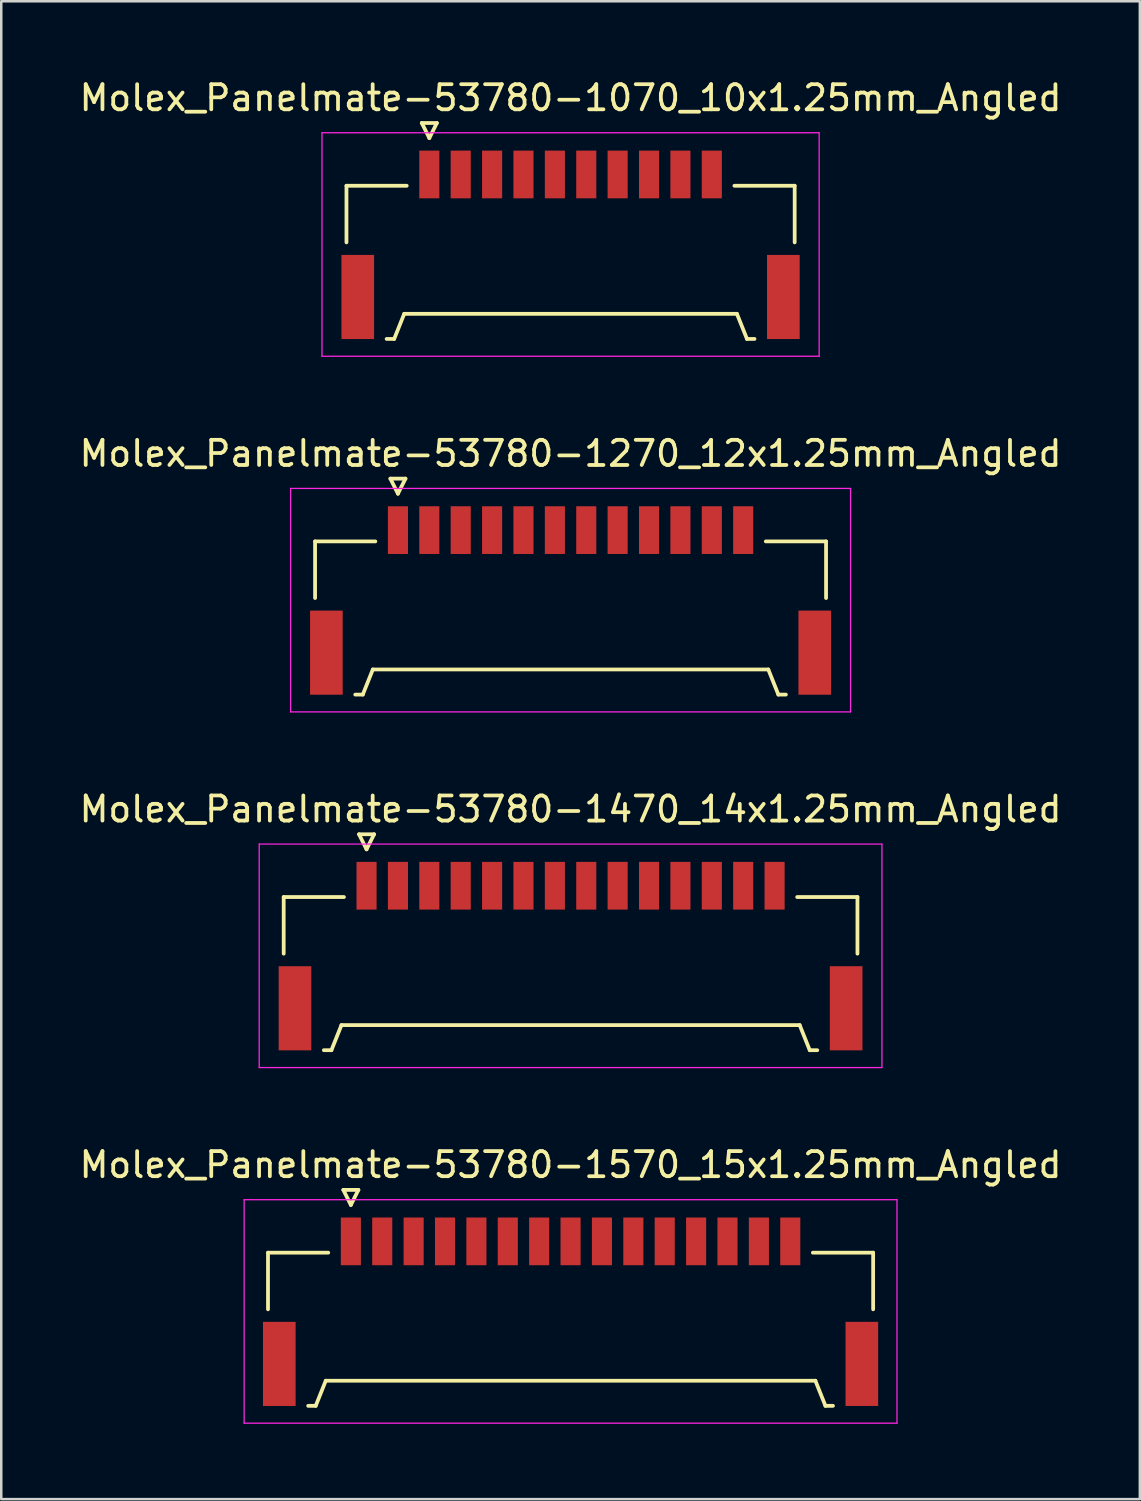
<source format=kicad_pcb>
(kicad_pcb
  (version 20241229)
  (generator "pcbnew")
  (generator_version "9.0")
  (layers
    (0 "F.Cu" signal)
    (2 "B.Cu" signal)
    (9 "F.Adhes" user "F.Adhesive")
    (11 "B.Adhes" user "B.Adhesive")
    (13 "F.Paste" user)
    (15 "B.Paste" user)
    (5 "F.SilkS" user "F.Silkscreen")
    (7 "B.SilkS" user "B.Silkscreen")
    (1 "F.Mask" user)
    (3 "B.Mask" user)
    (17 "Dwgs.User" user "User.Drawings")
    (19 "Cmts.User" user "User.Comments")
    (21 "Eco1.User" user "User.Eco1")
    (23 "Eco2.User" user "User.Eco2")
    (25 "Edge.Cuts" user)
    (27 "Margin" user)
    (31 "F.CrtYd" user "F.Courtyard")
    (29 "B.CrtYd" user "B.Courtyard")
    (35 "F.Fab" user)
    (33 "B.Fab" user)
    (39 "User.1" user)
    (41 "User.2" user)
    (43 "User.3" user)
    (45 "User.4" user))
  (footprint "Molex_Panelmate-53780-1570_15x1.25mm_Angled"
    (layer "F.Cu")
    (at 19.673 48.828)
    (property "Reference" "Molex_Panelmate-53780-1570_15x1.25mm_Angled" (at 0 -5.49 0) (layer "F.SilkS") (effects (font (size 1 1) (thickness 0.15))))
    (attr smd)
    (fp_line (start -12.05 -1.99) (end -12.05 0.265) (stroke (width 0.15) (type solid)) (layer "F.SilkS"))
    (fp_line (start -10.45 4.11) (end -10.15 4.11) (stroke (width 0.15) (type solid)) (layer "F.SilkS"))
    (fp_line (start -10.15 4.11) (end -9.75 3.11) (stroke (width 0.15) (type solid)) (layer "F.SilkS"))
    (fp_line (start -9.75 3.11) (end 9.75 3.11) (stroke (width 0.15) (type solid)) (layer "F.SilkS"))
    (fp_line (start -9.65 -1.99) (end -12.05 -1.99) (stroke (width 0.15) (type solid)) (layer "F.SilkS"))
    (fp_line (start -9.05 -4.49) (end -8.75 -3.89) (stroke (width 0.15) (type solid)) (layer "F.SilkS"))
    (fp_line (start -8.75 -3.89) (end -8.45 -4.49) (stroke (width 0.15) (type solid)) (layer "F.SilkS"))
    (fp_line (start -8.45 -4.49) (end -9.05 -4.49) (stroke (width 0.15) (type solid)) (layer "F.SilkS"))
    (fp_line (start 9.65 -1.99) (end 12.05 -1.99) (stroke (width 0.15) (type solid)) (layer "F.SilkS"))
    (fp_line (start 9.75 3.11) (end 10.15 4.11) (stroke (width 0.15) (type solid)) (layer "F.SilkS"))
    (fp_line (start 10.15 4.11) (end 10.45 4.11) (stroke (width 0.15) (type solid)) (layer "F.SilkS"))
    (fp_line (start 12.05 -1.99) (end 12.05 0.265) (stroke (width 0.15) (type solid)) (layer "F.SilkS"))
    (fp_line (start -13 -4.1) (end -13 4.8) (stroke (width 0.05) (type solid)) (layer "F.CrtYd"))
    (fp_line (start -13 4.8) (end 13 4.8) (stroke (width 0.05) (type solid)) (layer "F.CrtYd"))
    (fp_line (start 13 -4.1) (end -13 -4.1) (stroke (width 0.05) (type solid)) (layer "F.CrtYd"))
    (fp_line (start 13 4.8) (end 13 -4.1) (stroke (width 0.05) (type solid)) (layer "F.CrtYd"))
    (pad "" smd rect (at -11.6 2.44) (size 1.3 3.35) (layers "F.Cu" "F.Mask" "F.Paste"))
    (pad "" smd rect (at 11.6 2.44) (size 1.3 3.35) (layers "F.Cu" "F.Mask" "F.Paste"))
    (pad "1" smd rect (at -8.75 -2.44) (size 0.8 1.9) (layers "F.Cu" "F.Mask" "F.Paste"))
    (pad "2" smd rect (at -7.5 -2.44) (size 0.8 1.9) (layers "F.Cu" "F.Mask" "F.Paste"))
    (pad "3" smd rect (at -6.25 -2.44) (size 0.8 1.9) (layers "F.Cu" "F.Mask" "F.Paste"))
    (pad "4" smd rect (at -5 -2.44) (size 0.8 1.9) (layers "F.Cu" "F.Mask" "F.Paste"))
    (pad "5" smd rect (at -3.75 -2.44) (size 0.8 1.9) (layers "F.Cu" "F.Mask" "F.Paste"))
    (pad "6" smd rect (at -2.5 -2.44) (size 0.8 1.9) (layers "F.Cu" "F.Mask" "F.Paste"))
    (pad "7" smd rect (at -1.25 -2.44) (size 0.8 1.9) (layers "F.Cu" "F.Mask" "F.Paste"))
    (pad "8" smd rect (at 0 -2.44) (size 0.8 1.9) (layers "F.Cu" "F.Mask" "F.Paste"))
    (pad "9" smd rect (at 1.25 -2.44) (size 0.8 1.9) (layers "F.Cu" "F.Mask" "F.Paste"))
    (pad "10" smd rect (at 2.5 -2.44) (size 0.8 1.9) (layers "F.Cu" "F.Mask" "F.Paste"))
    (pad "11" smd rect (at 3.75 -2.44) (size 0.8 1.9) (layers "F.Cu" "F.Mask" "F.Paste"))
    (pad "12" smd rect (at 5 -2.44) (size 0.8 1.9) (layers "F.Cu" "F.Mask" "F.Paste"))
    (pad "13" smd rect (at 6.25 -2.44) (size 0.8 1.9) (layers "F.Cu" "F.Mask" "F.Paste"))
    (pad "14" smd rect (at 7.5 -2.44) (size 0.8 1.9) (layers "F.Cu" "F.Mask" "F.Paste"))
    (pad "15" smd rect (at 8.75 -2.44) (size 0.8 1.9) (layers "F.Cu" "F.Mask" "F.Paste")))
  (footprint "Molex_Panelmate-53780-1270_12x1.25mm_Angled"
    (layer "F.Cu")
    (at 19.673 20.502)
    (property "Reference" "Molex_Panelmate-53780-1270_12x1.25mm_Angled" (at 0 -5.49 0) (layer "F.SilkS") (effects (font (size 1 1) (thickness 0.15))))
    (attr smd)
    (fp_line (start -10.175 -1.99) (end -10.175 0.265) (stroke (width 0.15) (type solid)) (layer "F.SilkS"))
    (fp_line (start -8.575 4.11) (end -8.275 4.11) (stroke (width 0.15) (type solid)) (layer "F.SilkS"))
    (fp_line (start -8.275 4.11) (end -7.875 3.11) (stroke (width 0.15) (type solid)) (layer "F.SilkS"))
    (fp_line (start -7.875 3.11) (end 7.875 3.11) (stroke (width 0.15) (type solid)) (layer "F.SilkS"))
    (fp_line (start -7.775 -1.99) (end -10.175 -1.99) (stroke (width 0.15) (type solid)) (layer "F.SilkS"))
    (fp_line (start -7.175 -4.49) (end -6.875 -3.89) (stroke (width 0.15) (type solid)) (layer "F.SilkS"))
    (fp_line (start -6.875 -3.89) (end -6.575 -4.49) (stroke (width 0.15) (type solid)) (layer "F.SilkS"))
    (fp_line (start -6.575 -4.49) (end -7.175 -4.49) (stroke (width 0.15) (type solid)) (layer "F.SilkS"))
    (fp_line (start 7.775 -1.99) (end 10.175 -1.99) (stroke (width 0.15) (type solid)) (layer "F.SilkS"))
    (fp_line (start 7.875 3.11) (end 8.275 4.11) (stroke (width 0.15) (type solid)) (layer "F.SilkS"))
    (fp_line (start 8.275 4.11) (end 8.575 4.11) (stroke (width 0.15) (type solid)) (layer "F.SilkS"))
    (fp_line (start 10.175 -1.99) (end 10.175 0.265) (stroke (width 0.15) (type solid)) (layer "F.SilkS"))
    (fp_line (start -11.15 -4.1) (end -11.15 4.8) (stroke (width 0.05) (type solid)) (layer "F.CrtYd"))
    (fp_line (start -11.15 4.8) (end 11.15 4.8) (stroke (width 0.05) (type solid)) (layer "F.CrtYd"))
    (fp_line (start 11.15 -4.1) (end -11.15 -4.1) (stroke (width 0.05) (type solid)) (layer "F.CrtYd"))
    (fp_line (start 11.15 4.8) (end 11.15 -4.1) (stroke (width 0.05) (type solid)) (layer "F.CrtYd"))
    (pad "" smd rect (at -9.725 2.44) (size 1.3 3.35) (layers "F.Cu" "F.Mask" "F.Paste"))
    (pad "" smd rect (at 9.725 2.44) (size 1.3 3.35) (layers "F.Cu" "F.Mask" "F.Paste"))
    (pad "1" smd rect (at -6.875 -2.44) (size 0.8 1.9) (layers "F.Cu" "F.Mask" "F.Paste"))
    (pad "2" smd rect (at -5.625 -2.44) (size 0.8 1.9) (layers "F.Cu" "F.Mask" "F.Paste"))
    (pad "3" smd rect (at -4.375 -2.44) (size 0.8 1.9) (layers "F.Cu" "F.Mask" "F.Paste"))
    (pad "4" smd rect (at -3.125 -2.44) (size 0.8 1.9) (layers "F.Cu" "F.Mask" "F.Paste"))
    (pad "5" smd rect (at -1.875 -2.44) (size 0.8 1.9) (layers "F.Cu" "F.Mask" "F.Paste"))
    (pad "6" smd rect (at -0.625 -2.44) (size 0.8 1.9) (layers "F.Cu" "F.Mask" "F.Paste"))
    (pad "7" smd rect (at 0.625 -2.44) (size 0.8 1.9) (layers "F.Cu" "F.Mask" "F.Paste"))
    (pad "8" smd rect (at 1.875 -2.44) (size 0.8 1.9) (layers "F.Cu" "F.Mask" "F.Paste"))
    (pad "9" smd rect (at 3.125 -2.44) (size 0.8 1.9) (layers "F.Cu" "F.Mask" "F.Paste"))
    (pad "10" smd rect (at 4.375 -2.44) (size 0.8 1.9) (layers "F.Cu" "F.Mask" "F.Paste"))
    (pad "11" smd rect (at 5.625 -2.44) (size 0.8 1.9) (layers "F.Cu" "F.Mask" "F.Paste"))
    (pad "12" smd rect (at 6.875 -2.44) (size 0.8 1.9) (layers "F.Cu" "F.Mask" "F.Paste")))
  (footprint "Molex_Panelmate-53780-1070_10x1.25mm_Angled"
    (layer "F.Cu")
    (at 19.673 6.338)
    (property "Reference" "Molex_Panelmate-53780-1070_10x1.25mm_Angled" (at 0 -5.49 0) (layer "F.SilkS") (effects (font (size 1 1) (thickness 0.15))))
    (attr smd)
    (fp_line (start -8.925 -1.99) (end -8.925 0.265) (stroke (width 0.15) (type solid)) (layer "F.SilkS"))
    (fp_line (start -7.325 4.11) (end -7.025 4.11) (stroke (width 0.15) (type solid)) (layer "F.SilkS"))
    (fp_line (start -7.025 4.11) (end -6.625 3.11) (stroke (width 0.15) (type solid)) (layer "F.SilkS"))
    (fp_line (start -6.625 3.11) (end 6.625 3.11) (stroke (width 0.15) (type solid)) (layer "F.SilkS"))
    (fp_line (start -6.525 -1.99) (end -8.925 -1.99) (stroke (width 0.15) (type solid)) (layer "F.SilkS"))
    (fp_line (start -5.925 -4.49) (end -5.625 -3.89) (stroke (width 0.15) (type solid)) (layer "F.SilkS"))
    (fp_line (start -5.625 -3.89) (end -5.325 -4.49) (stroke (width 0.15) (type solid)) (layer "F.SilkS"))
    (fp_line (start -5.325 -4.49) (end -5.925 -4.49) (stroke (width 0.15) (type solid)) (layer "F.SilkS"))
    (fp_line (start 6.525 -1.99) (end 8.925 -1.99) (stroke (width 0.15) (type solid)) (layer "F.SilkS"))
    (fp_line (start 6.625 3.11) (end 7.025 4.11) (stroke (width 0.15) (type solid)) (layer "F.SilkS"))
    (fp_line (start 7.025 4.11) (end 7.325 4.11) (stroke (width 0.15) (type solid)) (layer "F.SilkS"))
    (fp_line (start 8.925 -1.99) (end 8.925 0.265) (stroke (width 0.15) (type solid)) (layer "F.SilkS"))
    (fp_line (start -9.9 -4.1) (end -9.9 4.8) (stroke (width 0.05) (type solid)) (layer "F.CrtYd"))
    (fp_line (start -9.9 4.8) (end 9.9 4.8) (stroke (width 0.05) (type solid)) (layer "F.CrtYd"))
    (fp_line (start 9.9 -4.1) (end -9.9 -4.1) (stroke (width 0.05) (type solid)) (layer "F.CrtYd"))
    (fp_line (start 9.9 4.8) (end 9.9 -4.1) (stroke (width 0.05) (type solid)) (layer "F.CrtYd"))
    (pad "" smd rect (at -8.475 2.44) (size 1.3 3.35) (layers "F.Cu" "F.Mask" "F.Paste"))
    (pad "" smd rect (at 8.475 2.44) (size 1.3 3.35) (layers "F.Cu" "F.Mask" "F.Paste"))
    (pad "1" smd rect (at -5.625 -2.44) (size 0.8 1.9) (layers "F.Cu" "F.Mask" "F.Paste"))
    (pad "2" smd rect (at -4.375 -2.44) (size 0.8 1.9) (layers "F.Cu" "F.Mask" "F.Paste"))
    (pad "3" smd rect (at -3.125 -2.44) (size 0.8 1.9) (layers "F.Cu" "F.Mask" "F.Paste"))
    (pad "4" smd rect (at -1.875 -2.44) (size 0.8 1.9) (layers "F.Cu" "F.Mask" "F.Paste"))
    (pad "5" smd rect (at -0.625 -2.44) (size 0.8 1.9) (layers "F.Cu" "F.Mask" "F.Paste"))
    (pad "6" smd rect (at 0.625 -2.44) (size 0.8 1.9) (layers "F.Cu" "F.Mask" "F.Paste"))
    (pad "7" smd rect (at 1.875 -2.44) (size 0.8 1.9) (layers "F.Cu" "F.Mask" "F.Paste"))
    (pad "8" smd rect (at 3.125 -2.44) (size 0.8 1.9) (layers "F.Cu" "F.Mask" "F.Paste"))
    (pad "9" smd rect (at 4.375 -2.44) (size 0.8 1.9) (layers "F.Cu" "F.Mask" "F.Paste"))
    (pad "10" smd rect (at 5.625 -2.44) (size 0.8 1.9) (layers "F.Cu" "F.Mask" "F.Paste")))
  (footprint "Molex_Panelmate-53780-1470_14x1.25mm_Angled"
    (layer "F.Cu")
    (at 19.673 34.665)
    (property "Reference" "Molex_Panelmate-53780-1470_14x1.25mm_Angled" (at 0 -5.49 0) (layer "F.SilkS") (effects (font (size 1 1) (thickness 0.15))))
    (attr smd)
    (fp_line (start -11.425 -1.99) (end -11.425 0.265) (stroke (width 0.15) (type solid)) (layer "F.SilkS"))
    (fp_line (start -9.825 4.11) (end -9.525 4.11) (stroke (width 0.15) (type solid)) (layer "F.SilkS"))
    (fp_line (start -9.525 4.11) (end -9.125 3.11) (stroke (width 0.15) (type solid)) (layer "F.SilkS"))
    (fp_line (start -9.125 3.11) (end 9.125 3.11) (stroke (width 0.15) (type solid)) (layer "F.SilkS"))
    (fp_line (start -9.025 -1.99) (end -11.425 -1.99) (stroke (width 0.15) (type solid)) (layer "F.SilkS"))
    (fp_line (start -8.425 -4.49) (end -8.125 -3.89) (stroke (width 0.15) (type solid)) (layer "F.SilkS"))
    (fp_line (start -8.125 -3.89) (end -7.825 -4.49) (stroke (width 0.15) (type solid)) (layer "F.SilkS"))
    (fp_line (start -7.825 -4.49) (end -8.425 -4.49) (stroke (width 0.15) (type solid)) (layer "F.SilkS"))
    (fp_line (start 9.025 -1.99) (end 11.425 -1.99) (stroke (width 0.15) (type solid)) (layer "F.SilkS"))
    (fp_line (start 9.125 3.11) (end 9.525 4.11) (stroke (width 0.15) (type solid)) (layer "F.SilkS"))
    (fp_line (start 9.525 4.11) (end 9.825 4.11) (stroke (width 0.15) (type solid)) (layer "F.SilkS"))
    (fp_line (start 11.425 -1.99) (end 11.425 0.265) (stroke (width 0.15) (type solid)) (layer "F.SilkS"))
    (fp_line (start -12.4 -4.1) (end -12.4 4.8) (stroke (width 0.05) (type solid)) (layer "F.CrtYd"))
    (fp_line (start -12.4 4.8) (end 12.4 4.8) (stroke (width 0.05) (type solid)) (layer "F.CrtYd"))
    (fp_line (start 12.4 -4.1) (end -12.4 -4.1) (stroke (width 0.05) (type solid)) (layer "F.CrtYd"))
    (fp_line (start 12.4 4.8) (end 12.4 -4.1) (stroke (width 0.05) (type solid)) (layer "F.CrtYd"))
    (pad "" smd rect (at -10.975 2.44) (size 1.3 3.35) (layers "F.Cu" "F.Mask" "F.Paste"))
    (pad "" smd rect (at 10.975 2.44) (size 1.3 3.35) (layers "F.Cu" "F.Mask" "F.Paste"))
    (pad "1" smd rect (at -8.125 -2.44) (size 0.8 1.9) (layers "F.Cu" "F.Mask" "F.Paste"))
    (pad "2" smd rect (at -6.875 -2.44) (size 0.8 1.9) (layers "F.Cu" "F.Mask" "F.Paste"))
    (pad "3" smd rect (at -5.625 -2.44) (size 0.8 1.9) (layers "F.Cu" "F.Mask" "F.Paste"))
    (pad "4" smd rect (at -4.375 -2.44) (size 0.8 1.9) (layers "F.Cu" "F.Mask" "F.Paste"))
    (pad "5" smd rect (at -3.125 -2.44) (size 0.8 1.9) (layers "F.Cu" "F.Mask" "F.Paste"))
    (pad "6" smd rect (at -1.875 -2.44) (size 0.8 1.9) (layers "F.Cu" "F.Mask" "F.Paste"))
    (pad "7" smd rect (at -0.625 -2.44) (size 0.8 1.9) (layers "F.Cu" "F.Mask" "F.Paste"))
    (pad "8" smd rect (at 0.625 -2.44) (size 0.8 1.9) (layers "F.Cu" "F.Mask" "F.Paste"))
    (pad "9" smd rect (at 1.875 -2.44) (size 0.8 1.9) (layers "F.Cu" "F.Mask" "F.Paste"))
    (pad "10" smd rect (at 3.125 -2.44) (size 0.8 1.9) (layers "F.Cu" "F.Mask" "F.Paste"))
    (pad "11" smd rect (at 4.375 -2.44) (size 0.8 1.9) (layers "F.Cu" "F.Mask" "F.Paste"))
    (pad "12" smd rect (at 5.625 -2.44) (size 0.8 1.9) (layers "F.Cu" "F.Mask" "F.Paste"))
    (pad "13" smd rect (at 6.875 -2.44) (size 0.8 1.9) (layers "F.Cu" "F.Mask" "F.Paste"))
    (pad "14" smd rect (at 8.125 -2.44) (size 0.8 1.9) (layers "F.Cu" "F.Mask" "F.Paste")))
  (gr_rect
    (start -3 -3)
    (end 42.345 56.653)
    (stroke (width 0.1) (type default))
    (fill no)
    (layer "Edge.Cuts")))
</source>
